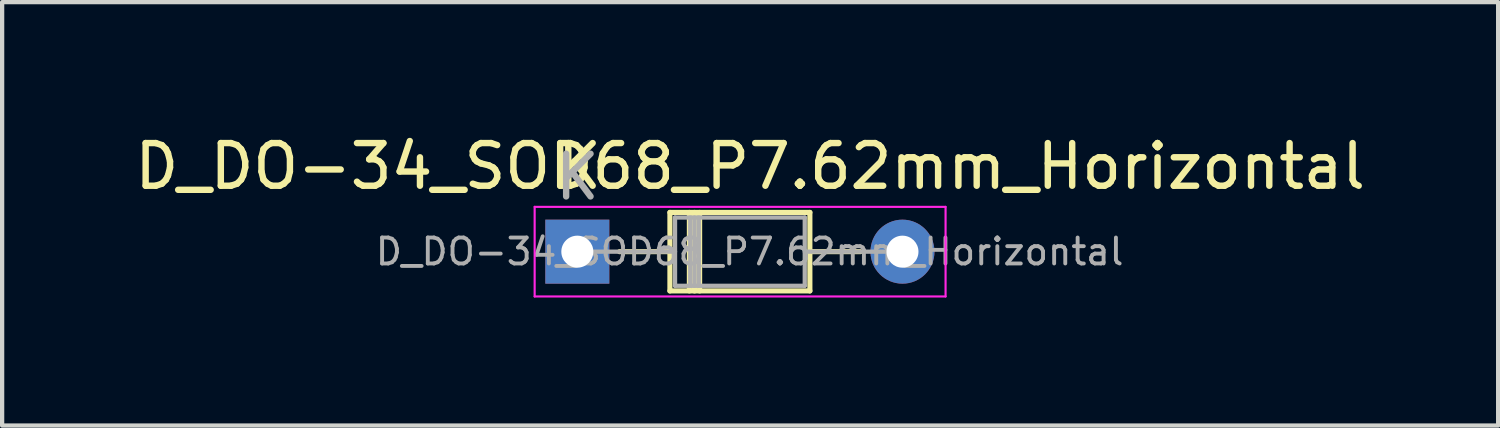
<source format=kicad_pcb>
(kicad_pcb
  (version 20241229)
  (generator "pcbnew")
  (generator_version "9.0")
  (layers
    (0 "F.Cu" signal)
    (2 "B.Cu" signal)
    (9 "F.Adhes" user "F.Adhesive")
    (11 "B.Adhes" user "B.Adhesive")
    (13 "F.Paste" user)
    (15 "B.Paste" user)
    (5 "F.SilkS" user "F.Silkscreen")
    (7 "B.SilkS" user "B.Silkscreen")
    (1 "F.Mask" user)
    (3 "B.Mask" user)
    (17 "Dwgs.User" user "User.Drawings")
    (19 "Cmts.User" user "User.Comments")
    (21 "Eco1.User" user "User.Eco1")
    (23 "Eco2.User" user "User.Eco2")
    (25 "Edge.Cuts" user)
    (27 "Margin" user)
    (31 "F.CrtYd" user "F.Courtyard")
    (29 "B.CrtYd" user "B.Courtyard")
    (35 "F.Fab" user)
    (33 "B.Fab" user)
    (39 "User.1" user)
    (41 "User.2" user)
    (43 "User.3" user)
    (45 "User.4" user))
  (footprint "D_DO-34_SOD68_P7.62mm_Horizontal"
    (layer "F.Cu")
    (at 10.48 2.848)
    (property "Reference" "D_DO-34_SOD68_P7.62mm_Horizontal" (at 4.05 -2 0) (layer "F.SilkS") (effects (font (size 1 1) (thickness 0.15))))
    (attr through_hole)
    (fp_line (start 0.99 0) (end 2.17 0) (stroke (width 0.12) (type solid)) (layer "F.SilkS"))
    (fp_line (start 2.17 -0.92) (end 2.17 0.92) (stroke (width 0.12) (type solid)) (layer "F.SilkS"))
    (fp_line (start 2.17 0.92) (end 5.45 0.92) (stroke (width 0.12) (type solid)) (layer "F.SilkS"))
    (fp_line (start 2.626 -0.92) (end 2.626 0.92) (stroke (width 0.12) (type solid)) (layer "F.SilkS"))
    (fp_line (start 2.746 -0.92) (end 2.746 0.92) (stroke (width 0.12) (type solid)) (layer "F.SilkS"))
    (fp_line (start 2.866 -0.92) (end 2.866 0.92) (stroke (width 0.12) (type solid)) (layer "F.SilkS"))
    (fp_line (start 5.45 -0.92) (end 2.17 -0.92) (stroke (width 0.12) (type solid)) (layer "F.SilkS"))
    (fp_line (start 5.45 0.92) (end 5.45 -0.92) (stroke (width 0.12) (type solid)) (layer "F.SilkS"))
    (fp_line (start 6.63 0) (end 5.45 0) (stroke (width 0.12) (type solid)) (layer "F.SilkS"))
    (fp_line (start -1 -1.05) (end -1 1.05) (stroke (width 0.05) (type solid)) (layer "F.CrtYd"))
    (fp_line (start -1 1.05) (end 8.63 1.05) (stroke (width 0.05) (type solid)) (layer "F.CrtYd"))
    (fp_line (start 8.63 -1.05) (end -1 -1.05) (stroke (width 0.05) (type solid)) (layer "F.CrtYd"))
    (fp_line (start 8.63 1.05) (end 8.63 -1.05) (stroke (width 0.05) (type solid)) (layer "F.CrtYd"))
    (fp_line (start 0 0) (end 2.29 0) (stroke (width 0.1) (type solid)) (layer "F.Fab"))
    (fp_line (start 2.29 -0.8) (end 2.29 0.8) (stroke (width 0.1) (type solid)) (layer "F.Fab"))
    (fp_line (start 2.29 0.8) (end 5.33 0.8) (stroke (width 0.1) (type solid)) (layer "F.Fab"))
    (fp_line (start 2.646 -0.8) (end 2.646 0.8) (stroke (width 0.1) (type solid)) (layer "F.Fab"))
    (fp_line (start 2.746 -0.8) (end 2.746 0.8) (stroke (width 0.1) (type solid)) (layer "F.Fab"))
    (fp_line (start 2.846 -0.8) (end 2.846 0.8) (stroke (width 0.1) (type solid)) (layer "F.Fab"))
    (fp_line (start 5.33 -0.8) (end 2.29 -0.8) (stroke (width 0.1) (type solid)) (layer "F.Fab"))
    (fp_line (start 5.33 0.8) (end 5.33 -0.8) (stroke (width 0.1) (type solid)) (layer "F.Fab"))
    (fp_line (start 7.62 0) (end 5.33 0) (stroke (width 0.1) (type solid)) (layer "F.Fab"))
    (fp_text user "K" (at 0.05 -2 0) (layer "F.SilkS") (effects (font (size 1 1) (thickness 0.15))))
    (fp_text user "K" (at 0 -1.75 0) (layer "F.Fab") (effects (font (size 1 1) (thickness 0.15))))
    (fp_text user "${REFERENCE}" (at 4.038 0 0) (layer "F.Fab") (effects (font (size 0.608 0.608) (thickness 0.091))))
    (pad "1" thru_hole rect (at 0 0) (size 1.5 1.5) (drill 0.75) (layers "*.Cu" "*.Mask"))
    (pad "2" thru_hole oval (at 7.62 0) (size 1.5 1.5) (drill 0.75) (layers "*.Cu" "*.Mask")))
  (gr_rect
    (start -3 -3)
    (end 32.06 6.923)
    (stroke (width 0.1) (type default))
    (fill no)
    (layer "Edge.Cuts")))
</source>
